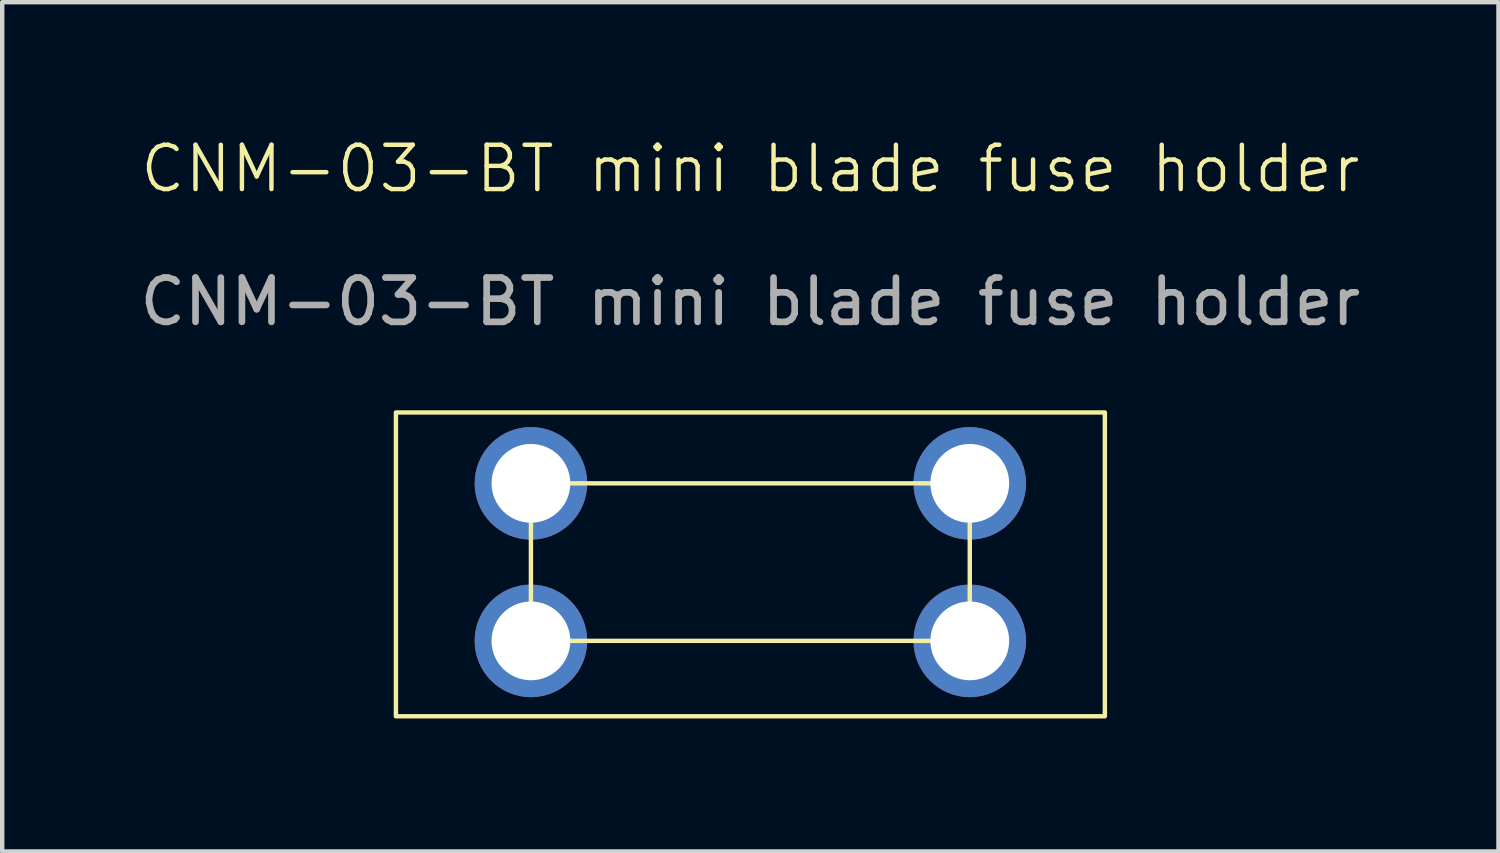
<source format=kicad_pcb>
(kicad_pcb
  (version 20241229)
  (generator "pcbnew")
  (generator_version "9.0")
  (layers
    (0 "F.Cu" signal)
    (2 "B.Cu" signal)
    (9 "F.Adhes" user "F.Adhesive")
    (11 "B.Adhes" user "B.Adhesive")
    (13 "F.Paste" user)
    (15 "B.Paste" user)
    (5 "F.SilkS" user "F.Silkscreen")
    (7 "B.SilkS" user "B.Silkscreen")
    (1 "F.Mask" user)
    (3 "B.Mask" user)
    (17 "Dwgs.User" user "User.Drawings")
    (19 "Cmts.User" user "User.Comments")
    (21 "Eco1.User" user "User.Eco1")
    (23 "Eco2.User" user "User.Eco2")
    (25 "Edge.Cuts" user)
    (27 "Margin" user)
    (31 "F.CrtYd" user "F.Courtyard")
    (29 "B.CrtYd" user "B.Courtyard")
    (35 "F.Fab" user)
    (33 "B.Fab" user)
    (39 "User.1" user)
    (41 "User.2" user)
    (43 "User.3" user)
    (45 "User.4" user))
  (footprint "CNM-03-BT mini blade fuse holder"
    (layer "F.Cu")
    (at 13.887 1.26)
    (property "Reference" "CNM-03-BT mini blade fuse holder" (at 0 -0.5 0) (unlocked yes) (layer "F.SilkS") (effects (font (size 1 1) (thickness 0.1))))
    (attr through_hole)
    (fp_rect (start -8 5) (end 8.002 11.858) (stroke (width 0.1) (type default)) (fill no) (layer "F.SilkS"))
    (fp_rect (start -4.953 6.6) (end 4.953 10.156) (stroke (width 0.1) (type default)) (fill no) (layer "F.SilkS"))
    (fp_text user "${REFERENCE}" (at 0 2.5 0) (unlocked yes) (layer "F.Fab") (effects (font (size 1 1) (thickness 0.15))))
    (pad "1" thru_hole circle (at 4.953 6.6) (size 2.54 2.54) (drill 1.778) (layers "*.Cu" "*.Mask"))
    (pad "1" thru_hole circle (at 4.953 10.156) (size 2.54 2.54) (drill 1.778) (layers "*.Cu" "*.Mask"))
    (pad "2" thru_hole circle (at -4.953 6.6) (size 2.54 2.54) (drill 1.778) (layers "*.Cu" "*.Mask"))
    (pad "2" thru_hole circle (at -4.953 10.156) (size 2.54 2.54) (drill 1.778) (layers "*.Cu" "*.Mask")))
  (gr_rect
    (start -3 -3)
    (end 30.774 16.169)
    (stroke (width 0.1) (type default))
    (fill no)
    (layer "Edge.Cuts")))
</source>
